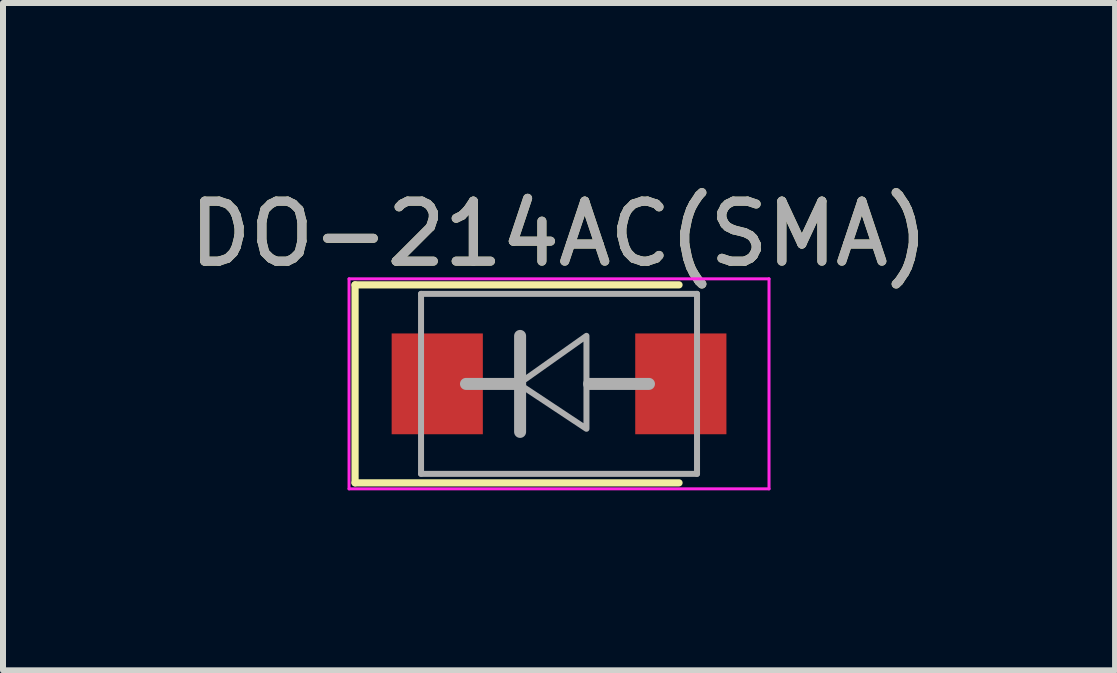
<source format=kicad_pcb>
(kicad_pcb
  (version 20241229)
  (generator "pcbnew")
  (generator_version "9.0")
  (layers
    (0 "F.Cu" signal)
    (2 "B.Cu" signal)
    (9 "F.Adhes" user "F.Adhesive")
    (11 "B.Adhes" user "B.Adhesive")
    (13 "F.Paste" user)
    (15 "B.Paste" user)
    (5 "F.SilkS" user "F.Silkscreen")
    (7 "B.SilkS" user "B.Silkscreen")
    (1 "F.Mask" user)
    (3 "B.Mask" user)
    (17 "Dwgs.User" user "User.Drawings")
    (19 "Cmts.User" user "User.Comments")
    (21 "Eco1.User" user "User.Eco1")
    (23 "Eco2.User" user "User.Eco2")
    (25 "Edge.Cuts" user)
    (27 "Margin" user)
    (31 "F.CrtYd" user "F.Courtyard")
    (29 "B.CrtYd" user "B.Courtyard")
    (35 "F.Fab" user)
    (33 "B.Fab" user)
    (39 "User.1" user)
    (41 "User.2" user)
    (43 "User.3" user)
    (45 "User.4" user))
  (footprint "DO-214AC(SMA)"
    (layer "F.Cu")
    (at 6.268 3.348)
    (property "Reference" "DO-214AC(SMA)" (at 0 -2.5 0) (layer "F.SilkS") (effects (font (size 1 1) (thickness 0.15))))
    (attr smd)
    (fp_line (start -3.4 -1.65) (end -3.4 1.65) (stroke (width 0.12) (type solid)) (layer "F.SilkS"))
    (fp_line (start -3.4 -1.65) (end 2 -1.65) (stroke (width 0.12) (type solid)) (layer "F.SilkS"))
    (fp_line (start -3.4 1.65) (end 2 1.65) (stroke (width 0.12) (type solid)) (layer "F.SilkS"))
    (fp_line (start -3.5 -1.75) (end 3.5 -1.75) (stroke (width 0.05) (type solid)) (layer "F.CrtYd"))
    (fp_line (start -3.5 1.75) (end -3.5 -1.75) (stroke (width 0.05) (type solid)) (layer "F.CrtYd"))
    (fp_line (start 3.5 -1.75) (end 3.5 1.75) (stroke (width 0.05) (type solid)) (layer "F.CrtYd"))
    (fp_line (start 3.5 1.75) (end -3.5 1.75) (stroke (width 0.05) (type solid)) (layer "F.CrtYd"))
    (fp_line (start -2.3 1.5) (end -2.3 -1.5) (stroke (width 0.1) (type solid)) (layer "F.Fab"))
    (fp_line (start -0.649 -0.799) (end -0.649 0.801) (stroke (width 0.2) (type solid)) (layer "F.Fab"))
    (fp_line (start -0.649 0.001) (end -1.551 0.001) (stroke (width 0.2) (type solid)) (layer "F.Fab"))
    (fp_line (start 0.501 0.001) (end 1.499 0.001) (stroke (width 0.2) (type solid)) (layer "F.Fab"))
    (fp_line (start 2.3 -1.5) (end -2.3 -1.5) (stroke (width 0.1) (type solid)) (layer "F.Fab"))
    (fp_line (start 2.3 -1.5) (end 2.3 1.5) (stroke (width 0.1) (type solid)) (layer "F.Fab"))
    (fp_line (start 2.3 1.5) (end -2.3 1.5) (stroke (width 0.1) (type solid)) (layer "F.Fab"))
    (fp_poly (pts (xy 0.457 0.749) (xy -0.673 0) (xy 0.457 -0.8)) (stroke (width 0.1) (type solid)) (fill no) (layer "F.Fab"))
    (fp_text user "${REFERENCE}" (at 0 -2.5 0) (layer "F.Fab") (effects (font (size 1 1) (thickness 0.15))))
    (pad "1" smd rect (at -2.03 0) (size 1.52 1.68) (layers "F.Cu" "F.Mask" "F.Paste"))
    (pad "2" smd rect (at 2.03 0) (size 1.52 1.68) (layers "F.Cu" "F.Mask" "F.Paste")))
  (gr_rect
    (start -3 -3)
    (end 15.536 8.123)
    (stroke (width 0.1) (type default))
    (fill no)
    (layer "Edge.Cuts")))
</source>
